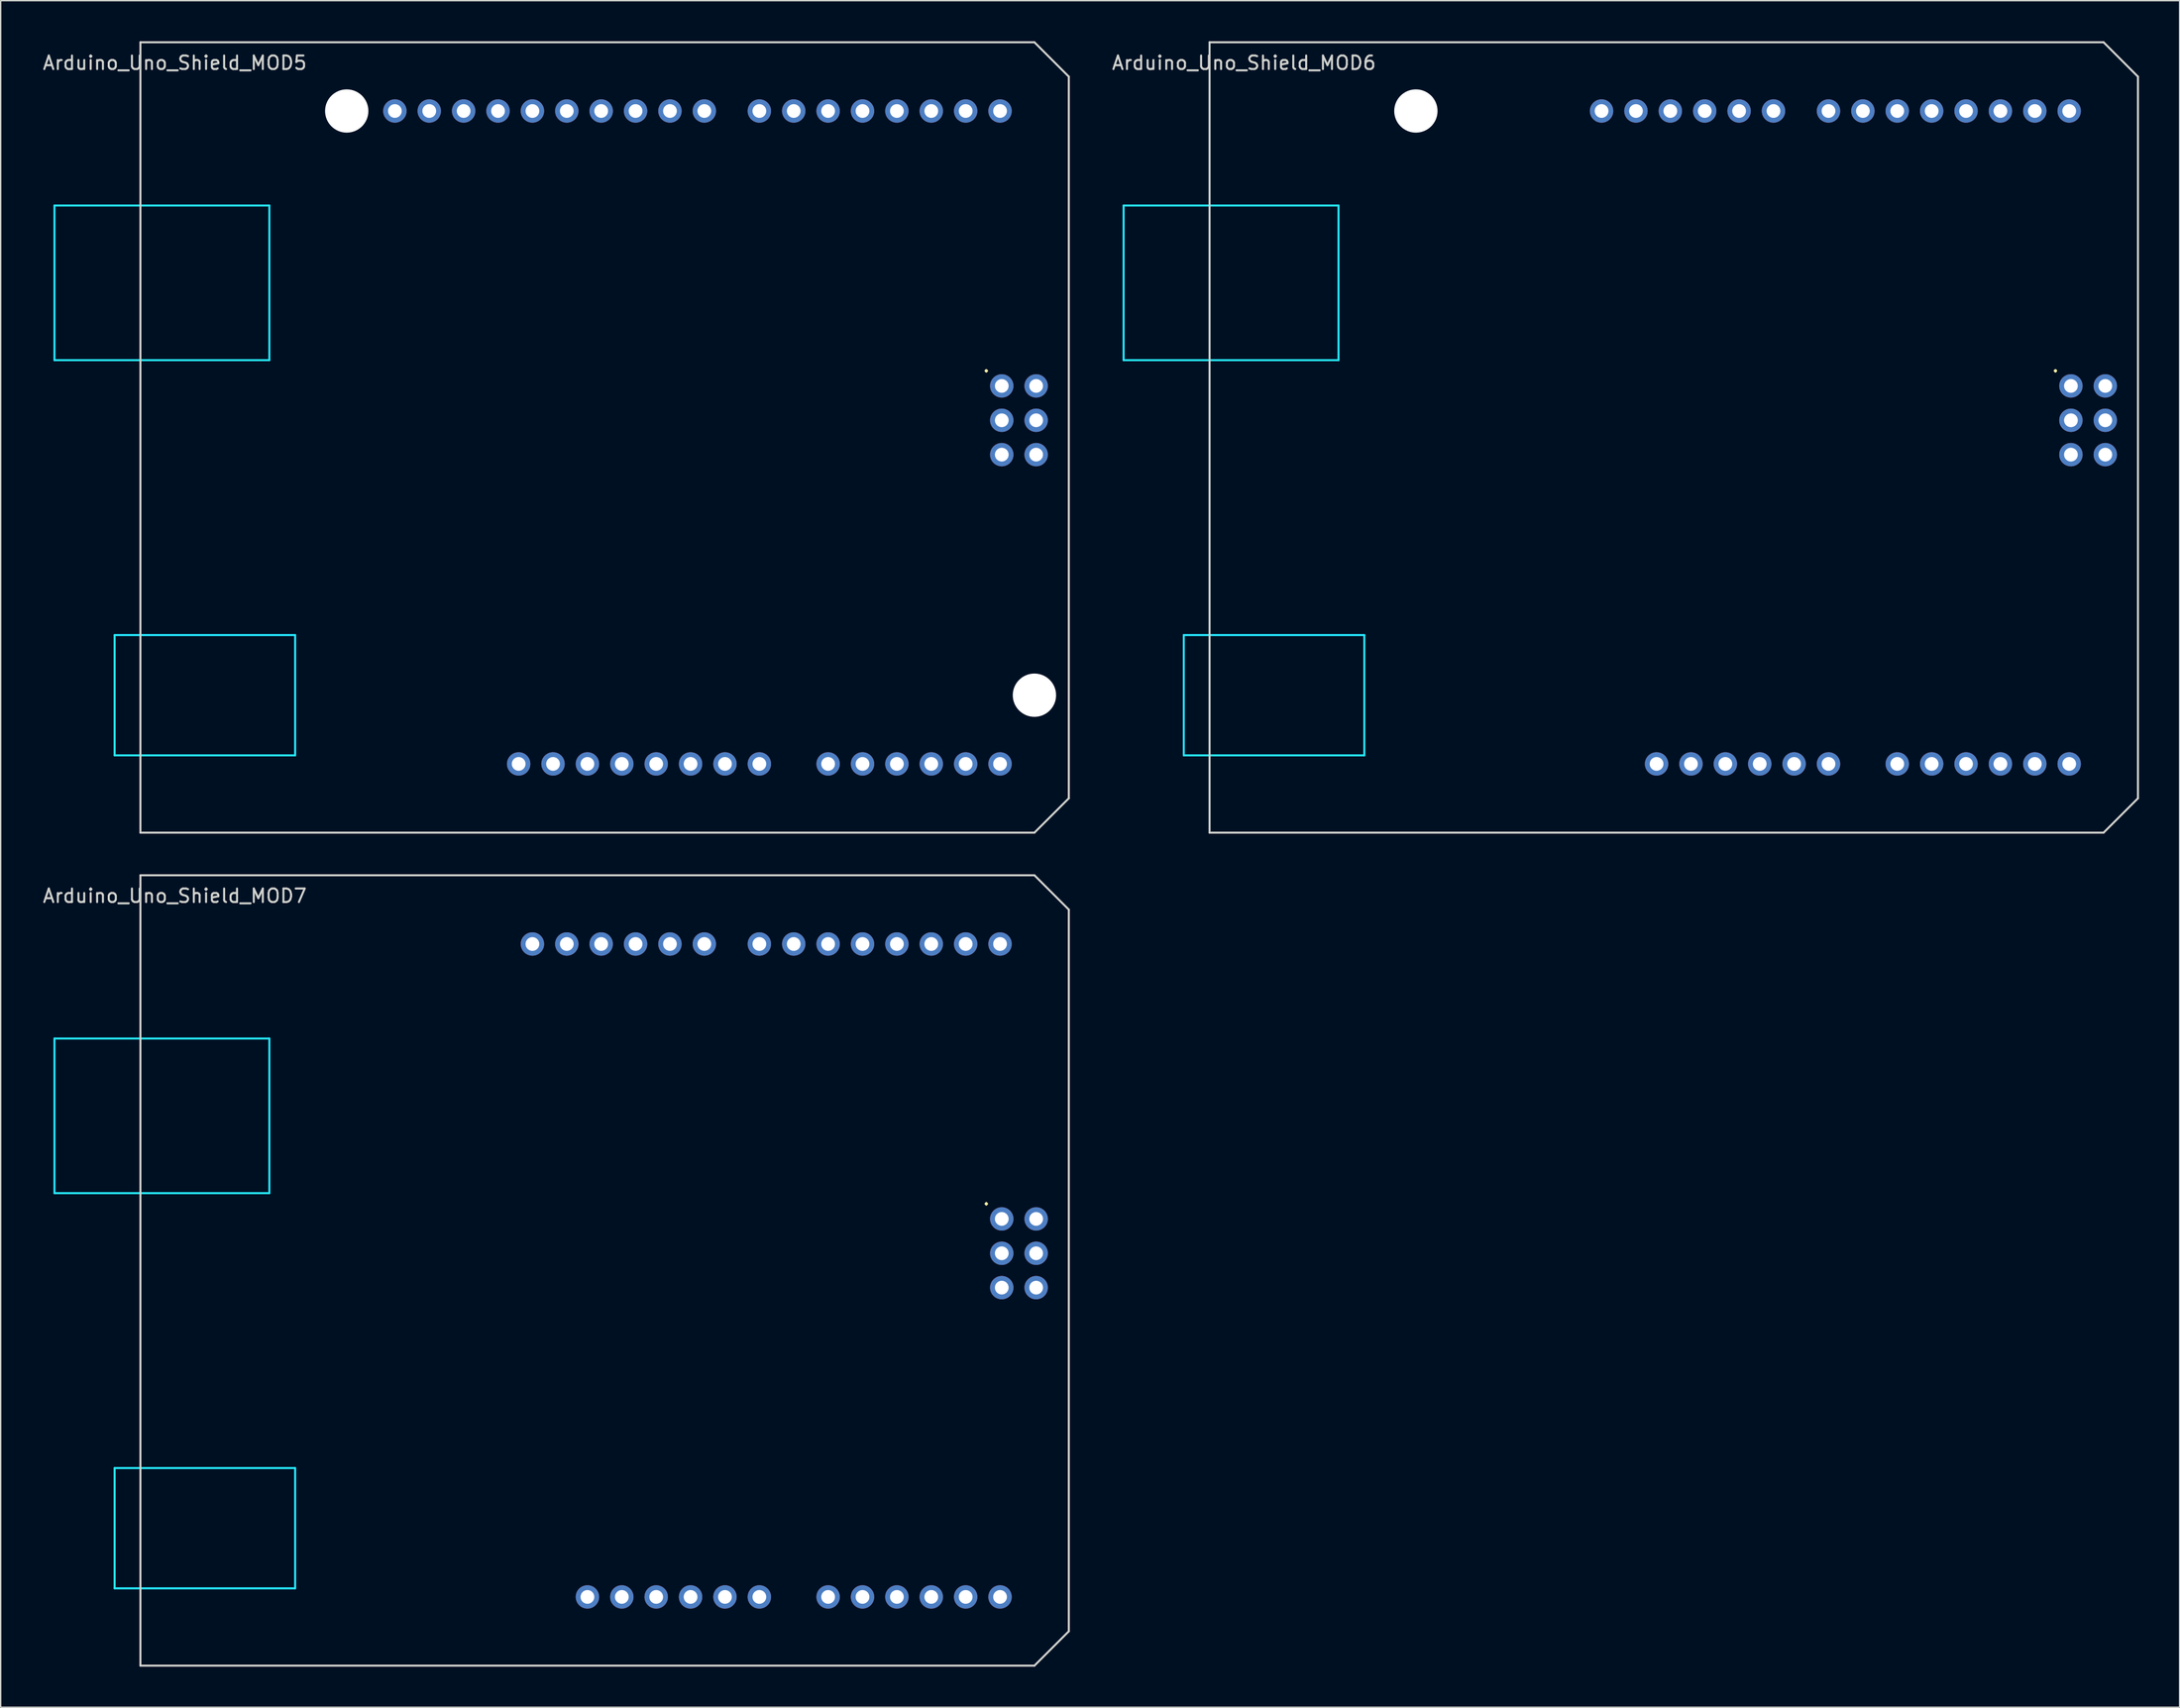
<source format=kicad_pcb>
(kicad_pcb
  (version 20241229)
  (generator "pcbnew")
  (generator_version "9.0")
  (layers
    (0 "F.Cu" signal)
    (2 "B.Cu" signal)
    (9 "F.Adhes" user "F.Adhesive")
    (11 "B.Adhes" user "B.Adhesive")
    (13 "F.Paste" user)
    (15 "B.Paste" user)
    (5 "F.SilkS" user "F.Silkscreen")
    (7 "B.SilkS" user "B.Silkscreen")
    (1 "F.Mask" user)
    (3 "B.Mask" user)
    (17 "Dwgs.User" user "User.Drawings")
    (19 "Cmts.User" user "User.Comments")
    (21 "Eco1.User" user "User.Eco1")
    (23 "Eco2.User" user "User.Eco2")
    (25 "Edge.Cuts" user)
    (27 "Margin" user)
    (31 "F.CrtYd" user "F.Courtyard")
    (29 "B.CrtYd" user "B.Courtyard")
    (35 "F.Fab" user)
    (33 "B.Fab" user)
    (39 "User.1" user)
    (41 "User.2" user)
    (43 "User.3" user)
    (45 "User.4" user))
  (footprint "Arduino_Uno_Shield_MOD7"
    (layer "F.Cu")
    (at 7.323 117.525)
    (property "Reference" "Arduino_Uno_Shield_MOD7" (at 2.54 -54.356 0) (layer "Edge.Cuts") (effects (font (size 1 1) (thickness 0.15))))
    (attr through_hole)
    (fp_line (start 0 -55.88) (end 0 2.54) (stroke (width 0.15) (type solid)) (layer "Edge.Cuts"))
    (fp_line (start 0 -55.88) (end 66.04 -55.88) (stroke (width 0.15) (type solid)) (layer "Edge.Cuts"))
    (fp_line (start 0 2.54) (end 66.04 2.54) (stroke (width 0.15) (type solid)) (layer "Edge.Cuts"))
    (fp_line (start 66.04 2.54) (end 68.58 0) (stroke (width 0.15) (type solid)) (layer "Edge.Cuts"))
    (fp_line (start 68.58 -53.34) (end 66.04 -55.88) (stroke (width 0.15) (type solid)) (layer "Edge.Cuts"))
    (fp_line (start 68.58 0) (end 68.58 -53.34) (stroke (width 0.15) (type solid)) (layer "Edge.Cuts"))
    (fp_line (start -6.35 -43.815) (end -6.35 -32.385) (stroke (width 0.15) (type solid)) (layer "B.CrtYd"))
    (fp_line (start -1.905 -12.065) (end -1.905 -3.175) (stroke (width 0.15) (type solid)) (layer "B.CrtYd"))
    (fp_line (start -1.905 -12.065) (end 11.43 -12.065) (stroke (width 0.15) (type solid)) (layer "B.CrtYd"))
    (fp_line (start -1.905 -3.175) (end 11.43 -3.175) (stroke (width 0.15) (type solid)) (layer "B.CrtYd"))
    (fp_line (start 9.525 -43.815) (end -6.35 -43.815) (stroke (width 0.15) (type solid)) (layer "B.CrtYd"))
    (fp_line (start 9.525 -43.815) (end 9.525 -32.385) (stroke (width 0.15) (type solid)) (layer "B.CrtYd"))
    (fp_line (start 9.525 -32.385) (end -6.35 -32.385) (stroke (width 0.15) (type solid)) (layer "B.CrtYd"))
    (fp_line (start 11.43 -12.065) (end 11.43 -3.175) (stroke (width 0.15) (type solid)) (layer "B.CrtYd"))
    (fp_text user "." (at 62.484 -32.004 0) (layer "F.SilkS") (effects (font (size 1 1) (thickness 0.15))))
    (pad "3V3" thru_hole oval (at 35.56 -2.54) (size 1.727 1.727) (drill 1.016) (layers "*.Cu" "*.Mask"))
    (pad "5V1" thru_hole oval (at 38.1 -2.54) (size 1.727 1.727) (drill 1.016) (layers "*.Cu" "*.Mask"))
    (pad "5V2" thru_hole oval (at 66.167 -30.48) (size 1.727 1.727) (drill 1.016) (layers "*.Cu" "*.Mask"))
    (pad "A0" thru_hole oval (at 50.8 -2.54) (size 1.727 1.727) (drill 1.016) (layers "*.Cu" "*.Mask"))
    (pad "A1" thru_hole oval (at 53.34 -2.54) (size 1.727 1.727) (drill 1.016) (layers "*.Cu" "*.Mask"))
    (pad "A2" thru_hole oval (at 55.88 -2.54) (size 1.727 1.727) (drill 1.016) (layers "*.Cu" "*.Mask"))
    (pad "A3" thru_hole oval (at 58.42 -2.54) (size 1.727 1.727) (drill 1.016) (layers "*.Cu" "*.Mask"))
    (pad "A4" thru_hole oval (at 60.96 -2.54) (size 1.727 1.727) (drill 1.016) (layers "*.Cu" "*.Mask"))
    (pad "A5" thru_hole oval (at 63.5 -2.54) (size 1.727 1.727) (drill 1.016) (layers "*.Cu" "*.Mask"))
    (pad "D0" thru_hole oval (at 63.5 -50.8) (size 1.727 1.727) (drill 1.016) (layers "*.Cu" "*.Mask"))
    (pad "D1" thru_hole oval (at 60.96 -50.8) (size 1.727 1.727) (drill 1.016) (layers "*.Cu" "*.Mask"))
    (pad "D2" thru_hole oval (at 58.42 -50.8) (size 1.727 1.727) (drill 1.016) (layers "*.Cu" "*.Mask"))
    (pad "D3" thru_hole oval (at 55.88 -50.8) (size 1.727 1.727) (drill 1.016) (layers "*.Cu" "*.Mask"))
    (pad "D4" thru_hole oval (at 53.34 -50.8) (size 1.727 1.727) (drill 1.016) (layers "*.Cu" "*.Mask"))
    (pad "D5" thru_hole oval (at 50.8 -50.8) (size 1.727 1.727) (drill 1.016) (layers "*.Cu" "*.Mask"))
    (pad "D6" thru_hole oval (at 48.26 -50.8) (size 1.727 1.727) (drill 1.016) (layers "*.Cu" "*.Mask"))
    (pad "D7" thru_hole oval (at 45.72 -50.8) (size 1.727 1.727) (drill 1.016) (layers "*.Cu" "*.Mask"))
    (pad "D8" thru_hole oval (at 41.656 -50.8) (size 1.727 1.727) (drill 1.016) (layers "*.Cu" "*.Mask"))
    (pad "D9" thru_hole oval (at 39.116 -50.8) (size 1.727 1.727) (drill 1.016) (layers "*.Cu" "*.Mask"))
    (pad "D10" thru_hole oval (at 36.576 -50.8) (size 1.727 1.727) (drill 1.016) (layers "*.Cu" "*.Mask"))
    (pad "D11" thru_hole oval (at 34.036 -50.8) (size 1.727 1.727) (drill 1.016) (layers "*.Cu" "*.Mask"))
    (pad "D12" thru_hole oval (at 31.496 -50.8) (size 1.727 1.727) (drill 1.016) (layers "*.Cu" "*.Mask"))
    (pad "D13" thru_hole oval (at 28.956 -50.8) (size 1.727 1.727) (drill 1.016) (layers "*.Cu" "*.Mask"))
    (pad "GND2" thru_hole oval (at 40.64 -2.54) (size 1.727 1.727) (drill 1.016) (layers "*.Cu" "*.Mask"))
    (pad "GND3" thru_hole oval (at 43.18 -2.54) (size 1.727 1.727) (drill 1.016) (layers "*.Cu" "*.Mask"))
    (pad "GND4" thru_hole oval (at 66.167 -25.4) (size 1.727 1.727) (drill 1.016) (layers "*.Cu" "*.Mask"))
    (pad "MISO" thru_hole oval (at 63.627 -30.48) (size 1.727 1.727) (drill 1.016) (layers "*.Cu" "*.Mask"))
    (pad "MOSI" thru_hole oval (at 66.167 -27.94) (size 1.727 1.727) (drill 1.016) (layers "*.Cu" "*.Mask"))
    (pad "RST1" thru_hole oval (at 33.02 -2.54) (size 1.727 1.727) (drill 1.016) (layers "*.Cu" "*.Mask"))
    (pad "RST2" thru_hole oval (at 63.627 -25.4) (size 1.727 1.727) (drill 1.016) (layers "*.Cu" "*.Mask"))
    (pad "SCK" thru_hole oval (at 63.627 -27.94) (size 1.727 1.727) (drill 1.016) (layers "*.Cu" "*.Mask"))
    (pad "VIN" thru_hole oval (at 45.72 -2.54) (size 1.727 1.727) (drill 1.016) (layers "*.Cu" "*.Mask")))
  (footprint "Arduino_Uno_Shield_MOD6"
    (layer "F.Cu")
    (at 86.301 55.955)
    (property "Reference" "Arduino_Uno_Shield_MOD6" (at 2.54 -54.356 0) (layer "Edge.Cuts") (effects (font (size 1 1) (thickness 0.15))))
    (attr through_hole)
    (fp_line (start 0 -55.88) (end 0 2.54) (stroke (width 0.15) (type solid)) (layer "Edge.Cuts"))
    (fp_line (start 0 -55.88) (end 66.04 -55.88) (stroke (width 0.15) (type solid)) (layer "Edge.Cuts"))
    (fp_line (start 0 2.54) (end 66.04 2.54) (stroke (width 0.15) (type solid)) (layer "Edge.Cuts"))
    (fp_line (start 66.04 2.54) (end 68.58 0) (stroke (width 0.15) (type solid)) (layer "Edge.Cuts"))
    (fp_line (start 68.58 -53.34) (end 66.04 -55.88) (stroke (width 0.15) (type solid)) (layer "Edge.Cuts"))
    (fp_line (start 68.58 0) (end 68.58 -53.34) (stroke (width 0.15) (type solid)) (layer "Edge.Cuts"))
    (fp_line (start -6.35 -43.815) (end -6.35 -32.385) (stroke (width 0.15) (type solid)) (layer "B.CrtYd"))
    (fp_line (start -1.905 -12.065) (end -1.905 -3.175) (stroke (width 0.15) (type solid)) (layer "B.CrtYd"))
    (fp_line (start -1.905 -12.065) (end 11.43 -12.065) (stroke (width 0.15) (type solid)) (layer "B.CrtYd"))
    (fp_line (start -1.905 -3.175) (end 11.43 -3.175) (stroke (width 0.15) (type solid)) (layer "B.CrtYd"))
    (fp_line (start 9.525 -43.815) (end -6.35 -43.815) (stroke (width 0.15) (type solid)) (layer "B.CrtYd"))
    (fp_line (start 9.525 -43.815) (end 9.525 -32.385) (stroke (width 0.15) (type solid)) (layer "B.CrtYd"))
    (fp_line (start 9.525 -32.385) (end -6.35 -32.385) (stroke (width 0.15) (type solid)) (layer "B.CrtYd"))
    (fp_line (start 11.43 -12.065) (end 11.43 -3.175) (stroke (width 0.15) (type solid)) (layer "B.CrtYd"))
    (fp_text user "." (at 62.484 -32.004 0) (layer "F.SilkS") (effects (font (size 1 1) (thickness 0.15))))
    (pad "" np_thru_hole circle (at 15.24 -50.8) (size 3.2 3.2) (drill 3.2) (layers "*.Cu" "*.Mask"))
    (pad "3V3" thru_hole oval (at 35.56 -2.54) (size 1.727 1.727) (drill 1.016) (layers "*.Cu" "*.Mask"))
    (pad "5V1" thru_hole oval (at 38.1 -2.54) (size 1.727 1.727) (drill 1.016) (layers "*.Cu" "*.Mask"))
    (pad "5V2" thru_hole oval (at 66.167 -30.48) (size 1.727 1.727) (drill 1.016) (layers "*.Cu" "*.Mask"))
    (pad "A0" thru_hole oval (at 50.8 -2.54) (size 1.727 1.727) (drill 1.016) (layers "*.Cu" "*.Mask"))
    (pad "A1" thru_hole oval (at 53.34 -2.54) (size 1.727 1.727) (drill 1.016) (layers "*.Cu" "*.Mask"))
    (pad "A2" thru_hole oval (at 55.88 -2.54) (size 1.727 1.727) (drill 1.016) (layers "*.Cu" "*.Mask"))
    (pad "A3" thru_hole oval (at 58.42 -2.54) (size 1.727 1.727) (drill 1.016) (layers "*.Cu" "*.Mask"))
    (pad "A4" thru_hole oval (at 60.96 -2.54) (size 1.727 1.727) (drill 1.016) (layers "*.Cu" "*.Mask"))
    (pad "A5" thru_hole oval (at 63.5 -2.54) (size 1.727 1.727) (drill 1.016) (layers "*.Cu" "*.Mask"))
    (pad "D0" thru_hole oval (at 63.5 -50.8) (size 1.727 1.727) (drill 1.016) (layers "*.Cu" "*.Mask"))
    (pad "D1" thru_hole oval (at 60.96 -50.8) (size 1.727 1.727) (drill 1.016) (layers "*.Cu" "*.Mask"))
    (pad "D2" thru_hole oval (at 58.42 -50.8) (size 1.727 1.727) (drill 1.016) (layers "*.Cu" "*.Mask"))
    (pad "D3" thru_hole oval (at 55.88 -50.8) (size 1.727 1.727) (drill 1.016) (layers "*.Cu" "*.Mask"))
    (pad "D4" thru_hole oval (at 53.34 -50.8) (size 1.727 1.727) (drill 1.016) (layers "*.Cu" "*.Mask"))
    (pad "D5" thru_hole oval (at 50.8 -50.8) (size 1.727 1.727) (drill 1.016) (layers "*.Cu" "*.Mask"))
    (pad "D6" thru_hole oval (at 48.26 -50.8) (size 1.727 1.727) (drill 1.016) (layers "*.Cu" "*.Mask"))
    (pad "D7" thru_hole oval (at 45.72 -50.8) (size 1.727 1.727) (drill 1.016) (layers "*.Cu" "*.Mask"))
    (pad "D8" thru_hole oval (at 41.656 -50.8) (size 1.727 1.727) (drill 1.016) (layers "*.Cu" "*.Mask"))
    (pad "D9" thru_hole oval (at 39.116 -50.8) (size 1.727 1.727) (drill 1.016) (layers "*.Cu" "*.Mask"))
    (pad "D10" thru_hole oval (at 36.576 -50.8) (size 1.727 1.727) (drill 1.016) (layers "*.Cu" "*.Mask"))
    (pad "D11" thru_hole oval (at 34.036 -50.8) (size 1.727 1.727) (drill 1.016) (layers "*.Cu" "*.Mask"))
    (pad "D12" thru_hole oval (at 31.496 -50.8) (size 1.727 1.727) (drill 1.016) (layers "*.Cu" "*.Mask"))
    (pad "D13" thru_hole oval (at 28.956 -50.8) (size 1.727 1.727) (drill 1.016) (layers "*.Cu" "*.Mask"))
    (pad "GND2" thru_hole oval (at 40.64 -2.54) (size 1.727 1.727) (drill 1.016) (layers "*.Cu" "*.Mask"))
    (pad "GND3" thru_hole oval (at 43.18 -2.54) (size 1.727 1.727) (drill 1.016) (layers "*.Cu" "*.Mask"))
    (pad "GND4" thru_hole oval (at 66.167 -25.4) (size 1.727 1.727) (drill 1.016) (layers "*.Cu" "*.Mask"))
    (pad "MISO" thru_hole oval (at 63.627 -30.48) (size 1.727 1.727) (drill 1.016) (layers "*.Cu" "*.Mask"))
    (pad "MOSI" thru_hole oval (at 66.167 -27.94) (size 1.727 1.727) (drill 1.016) (layers "*.Cu" "*.Mask"))
    (pad "RST1" thru_hole oval (at 33.02 -2.54) (size 1.727 1.727) (drill 1.016) (layers "*.Cu" "*.Mask"))
    (pad "RST2" thru_hole oval (at 63.627 -25.4) (size 1.727 1.727) (drill 1.016) (layers "*.Cu" "*.Mask"))
    (pad "SCK" thru_hole oval (at 63.627 -27.94) (size 1.727 1.727) (drill 1.016) (layers "*.Cu" "*.Mask"))
    (pad "VIN" thru_hole oval (at 45.72 -2.54) (size 1.727 1.727) (drill 1.016) (layers "*.Cu" "*.Mask")))
  (footprint "Arduino_Uno_Shield_MOD5"
    (layer "F.Cu")
    (at 7.323 55.955)
    (property "Reference" "Arduino_Uno_Shield_MOD5" (at 2.54 -54.356 0) (layer "Edge.Cuts") (effects (font (size 1 1) (thickness 0.15))))
    (attr through_hole)
    (fp_line (start 0 -55.88) (end 0 2.54) (stroke (width 0.15) (type solid)) (layer "Edge.Cuts"))
    (fp_line (start 0 -55.88) (end 66.04 -55.88) (stroke (width 0.15) (type solid)) (layer "Edge.Cuts"))
    (fp_line (start 0 2.54) (end 66.04 2.54) (stroke (width 0.15) (type solid)) (layer "Edge.Cuts"))
    (fp_line (start 66.04 2.54) (end 68.58 0) (stroke (width 0.15) (type solid)) (layer "Edge.Cuts"))
    (fp_line (start 68.58 -53.34) (end 66.04 -55.88) (stroke (width 0.15) (type solid)) (layer "Edge.Cuts"))
    (fp_line (start 68.58 0) (end 68.58 -53.34) (stroke (width 0.15) (type solid)) (layer "Edge.Cuts"))
    (fp_line (start -6.35 -43.815) (end -6.35 -32.385) (stroke (width 0.15) (type solid)) (layer "B.CrtYd"))
    (fp_line (start -1.905 -12.065) (end -1.905 -3.175) (stroke (width 0.15) (type solid)) (layer "B.CrtYd"))
    (fp_line (start -1.905 -12.065) (end 11.43 -12.065) (stroke (width 0.15) (type solid)) (layer "B.CrtYd"))
    (fp_line (start -1.905 -3.175) (end 11.43 -3.175) (stroke (width 0.15) (type solid)) (layer "B.CrtYd"))
    (fp_line (start 9.525 -43.815) (end -6.35 -43.815) (stroke (width 0.15) (type solid)) (layer "B.CrtYd"))
    (fp_line (start 9.525 -43.815) (end 9.525 -32.385) (stroke (width 0.15) (type solid)) (layer "B.CrtYd"))
    (fp_line (start 9.525 -32.385) (end -6.35 -32.385) (stroke (width 0.15) (type solid)) (layer "B.CrtYd"))
    (fp_line (start 11.43 -12.065) (end 11.43 -3.175) (stroke (width 0.15) (type solid)) (layer "B.CrtYd"))
    (fp_text user "." (at 62.484 -32.004 0) (layer "F.SilkS") (effects (font (size 1 1) (thickness 0.15))))
    (pad "" np_thru_hole circle (at 15.24 -50.8) (size 3.2 3.2) (drill 3.2) (layers "*.Cu" "*.Mask"))
    (pad "" thru_hole oval (at 27.94 -2.54) (size 1.727 1.727) (drill 1.016) (layers "*.Cu" "*.Mask"))
    (pad "" np_thru_hole circle (at 66.04 -7.62) (size 3.2 3.2) (drill 3.2) (layers "*.Cu" "*.Mask"))
    (pad "3V3" thru_hole oval (at 35.56 -2.54) (size 1.727 1.727) (drill 1.016) (layers "*.Cu" "*.Mask"))
    (pad "5V1" thru_hole oval (at 38.1 -2.54) (size 1.727 1.727) (drill 1.016) (layers "*.Cu" "*.Mask"))
    (pad "5V2" thru_hole oval (at 66.167 -30.48) (size 1.727 1.727) (drill 1.016) (layers "*.Cu" "*.Mask"))
    (pad "A0" thru_hole oval (at 50.8 -2.54) (size 1.727 1.727) (drill 1.016) (layers "*.Cu" "*.Mask"))
    (pad "A1" thru_hole oval (at 53.34 -2.54) (size 1.727 1.727) (drill 1.016) (layers "*.Cu" "*.Mask"))
    (pad "A2" thru_hole oval (at 55.88 -2.54) (size 1.727 1.727) (drill 1.016) (layers "*.Cu" "*.Mask"))
    (pad "A3" thru_hole oval (at 58.42 -2.54) (size 1.727 1.727) (drill 1.016) (layers "*.Cu" "*.Mask"))
    (pad "A4" thru_hole oval (at 60.96 -2.54) (size 1.727 1.727) (drill 1.016) (layers "*.Cu" "*.Mask"))
    (pad "A5" thru_hole oval (at 63.5 -2.54) (size 1.727 1.727) (drill 1.016) (layers "*.Cu" "*.Mask"))
    (pad "AREF" thru_hole oval (at 23.876 -50.8) (size 1.727 1.727) (drill 1.016) (layers "*.Cu" "*.Mask"))
    (pad "D0" thru_hole oval (at 63.5 -50.8) (size 1.727 1.727) (drill 1.016) (layers "*.Cu" "*.Mask"))
    (pad "D1" thru_hole oval (at 60.96 -50.8) (size 1.727 1.727) (drill 1.016) (layers "*.Cu" "*.Mask"))
    (pad "D2" thru_hole oval (at 58.42 -50.8) (size 1.727 1.727) (drill 1.016) (layers "*.Cu" "*.Mask"))
    (pad "D3" thru_hole oval (at 55.88 -50.8) (size 1.727 1.727) (drill 1.016) (layers "*.Cu" "*.Mask"))
    (pad "D4" thru_hole oval (at 53.34 -50.8) (size 1.727 1.727) (drill 1.016) (layers "*.Cu" "*.Mask"))
    (pad "D5" thru_hole oval (at 50.8 -50.8) (size 1.727 1.727) (drill 1.016) (layers "*.Cu" "*.Mask"))
    (pad "D6" thru_hole oval (at 48.26 -50.8) (size 1.727 1.727) (drill 1.016) (layers "*.Cu" "*.Mask"))
    (pad "D7" thru_hole oval (at 45.72 -50.8) (size 1.727 1.727) (drill 1.016) (layers "*.Cu" "*.Mask"))
    (pad "D8" thru_hole oval (at 41.656 -50.8) (size 1.727 1.727) (drill 1.016) (layers "*.Cu" "*.Mask"))
    (pad "D9" thru_hole oval (at 39.116 -50.8) (size 1.727 1.727) (drill 1.016) (layers "*.Cu" "*.Mask"))
    (pad "D10" thru_hole oval (at 36.576 -50.8) (size 1.727 1.727) (drill 1.016) (layers "*.Cu" "*.Mask"))
    (pad "D11" thru_hole oval (at 34.036 -50.8) (size 1.727 1.727) (drill 1.016) (layers "*.Cu" "*.Mask"))
    (pad "D12" thru_hole oval (at 31.496 -50.8) (size 1.727 1.727) (drill 1.016) (layers "*.Cu" "*.Mask"))
    (pad "D13" thru_hole oval (at 28.956 -50.8) (size 1.727 1.727) (drill 1.016) (layers "*.Cu" "*.Mask"))
    (pad "GND1" thru_hole oval (at 26.416 -50.8) (size 1.727 1.727) (drill 1.016) (layers "*.Cu" "*.Mask"))
    (pad "GND2" thru_hole oval (at 40.64 -2.54) (size 1.727 1.727) (drill 1.016) (layers "*.Cu" "*.Mask"))
    (pad "GND3" thru_hole oval (at 43.18 -2.54) (size 1.727 1.727) (drill 1.016) (layers "*.Cu" "*.Mask"))
    (pad "GND4" thru_hole oval (at 66.167 -25.4) (size 1.727 1.727) (drill 1.016) (layers "*.Cu" "*.Mask"))
    (pad "IORF" thru_hole oval (at 30.48 -2.54) (size 1.727 1.727) (drill 1.016) (layers "*.Cu" "*.Mask"))
    (pad "MISO" thru_hole oval (at 63.627 -30.48) (size 1.727 1.727) (drill 1.016) (layers "*.Cu" "*.Mask"))
    (pad "MOSI" thru_hole oval (at 66.167 -27.94) (size 1.727 1.727) (drill 1.016) (layers "*.Cu" "*.Mask"))
    (pad "RST1" thru_hole oval (at 33.02 -2.54) (size 1.727 1.727) (drill 1.016) (layers "*.Cu" "*.Mask"))
    (pad "RST2" thru_hole oval (at 63.627 -25.4) (size 1.727 1.727) (drill 1.016) (layers "*.Cu" "*.Mask"))
    (pad "SCK" thru_hole oval (at 63.627 -27.94) (size 1.727 1.727) (drill 1.016) (layers "*.Cu" "*.Mask"))
    (pad "SCL" thru_hole oval (at 18.796 -50.8) (size 1.727 1.727) (drill 1.016) (layers "*.Cu" "*.Mask"))
    (pad "SDA" thru_hole oval (at 21.336 -50.8) (size 1.727 1.727) (drill 1.016) (layers "*.Cu" "*.Mask"))
    (pad "VIN" thru_hole oval (at 45.72 -2.54) (size 1.727 1.727) (drill 1.016) (layers "*.Cu" "*.Mask")))
  (gr_rect
    (start -3 -3)
    (end 157.956 123.14)
    (stroke (width 0.1) (type default))
    (fill no)
    (layer "Edge.Cuts")))
</source>
